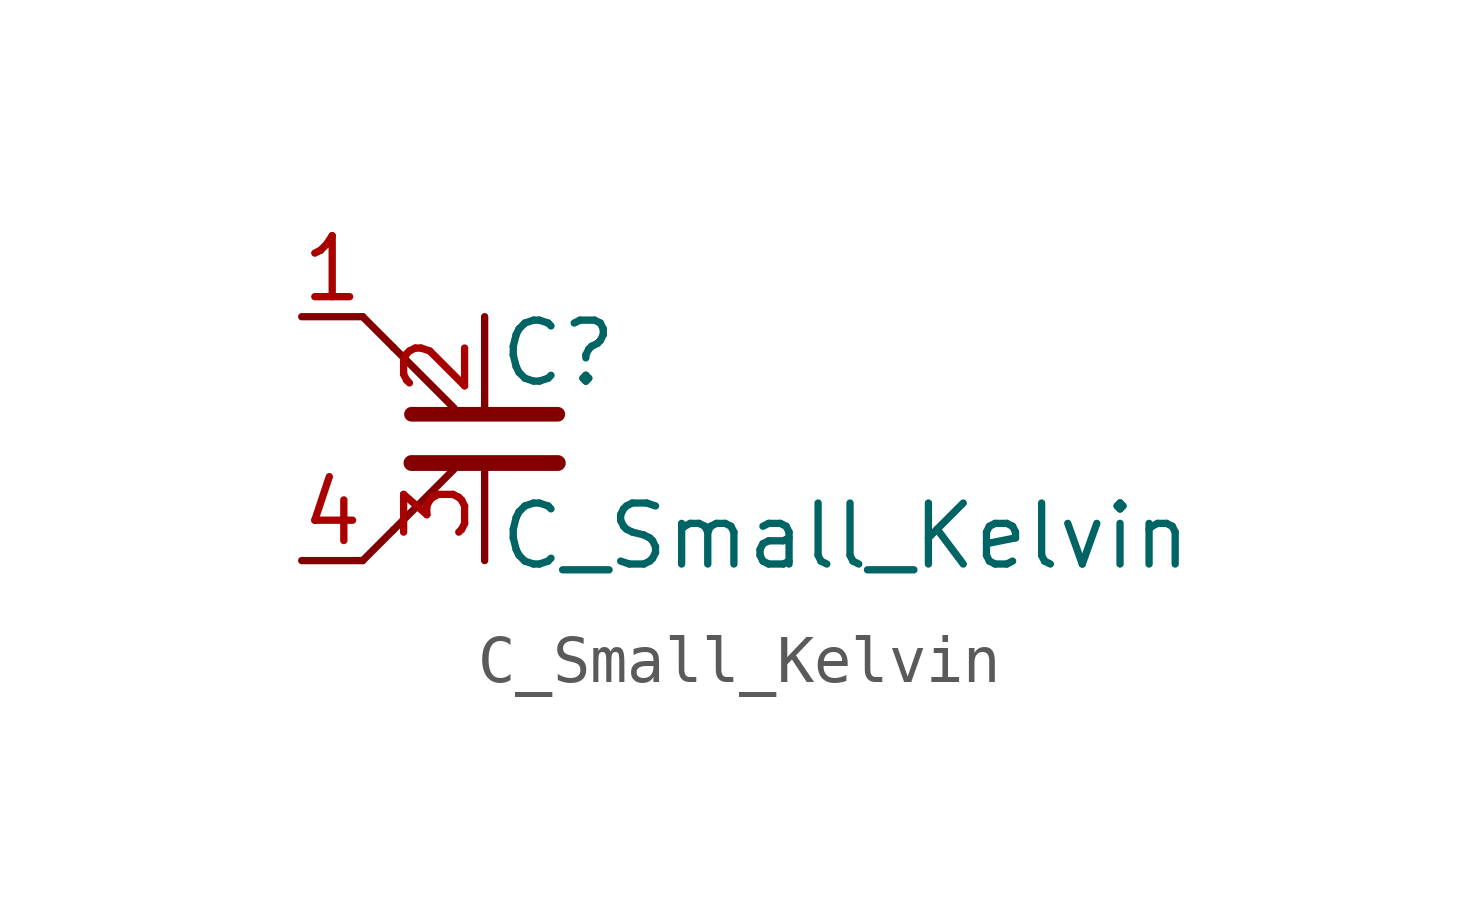
<source format=kicad_sym>
(kicad_symbol_lib
  (version 20211014)
  (generator kicad_symbol_editor)
  (symbol "C_Small_Kelvin"
    (pin_names
      (offset 0.254) hide)
    (property "Reference" "C"
      (at 0.254 1.778 0)
      (effects (font (size 1.27 1.27)) (justify left)))
    (property "Value" "C_Small_Kelvin"
      (at 0.254 -2.032 0)
      (effects (font (size 1.27 1.27)) (justify left)))
    (symbol "C_Small_Kelvin_0_1"
      (polyline (pts (xy -2.54 2.54) (xy -1.905 1.905)) (stroke (width 0.152) (type default) (color 0 0 0 0)) (fill (type none)))
      (polyline (pts (xy -1.905 -1.905) (xy -2.54 -2.54)) (stroke (width 0.152) (type default) (color 0 0 0 0)) (fill (type none)))
      (polyline (pts (xy -1.524 -0.508) (xy 1.524 -0.508)) (stroke (width 0.33) (type default) (color 0 0 0 0)) (fill (type none)))
      (polyline (pts (xy -1.524 0.508) (xy 1.524 0.508)) (stroke (width 0.305) (type default) (color 0 0 0 0)) (fill (type none)))
      (polyline (pts (xy -0.635 -0.635) (xy -1.905 -1.905)) (stroke (width 0.152) (type default) (color 0 0 0 0)) (fill (type none)))
      (polyline (pts (xy -0.635 0.635) (xy -1.905 1.905)) (stroke (width 0.152) (type default) (color 0 0 0 0)) (fill (type none))))
    (symbol "C_Small_Kelvin_1_0"
      (pin passive line (at -3.81 2.54 0) (length 1.27) (name "" (effects (font (size 1.27 1.27)))) (number "1" (effects (font (size 1.27 1.27)))))
      (pin passive line (at 0 2.54 270) (length 2.032) (name "" (effects (font (size 1.27 1.27)))) (number "2" (effects (font (size 1.27 1.27))))))
    (symbol "C_Small_Kelvin_1_1"
      (pin passive line (at 0 -2.54 90) (length 2.032) (name "" (effects (font (size 1.27 1.27)))) (number "3" (effects (font (size 1.27 1.27)))))
      (pin passive line (at -3.81 -2.54 0) (length 1.27) (name "" (effects (font (size 1.27 1.27)))) (number "4" (effects (font (size 1.27 1.27))))))))
</source>
